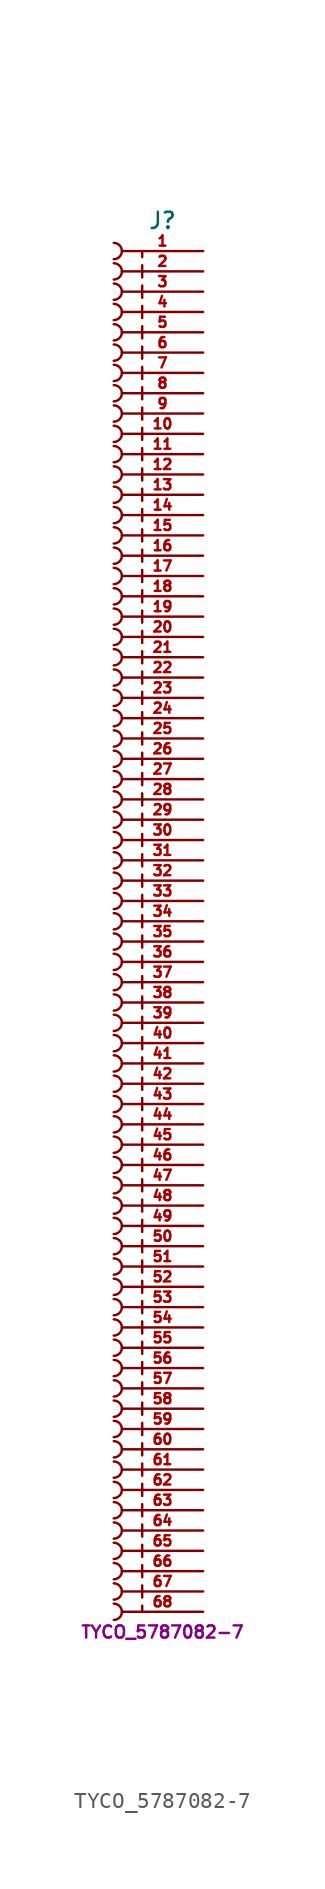
<source format=kicad_sym>
(kicad_symbol_lib
  (version 20211014)
  (generator kicad_symbol_editor)
  (symbol "TYCO_5787082-7"
    (pin_names
      (offset 2.54))
    (property "Reference" "J"
      (at 0 43.815 0)
      (effects (font (size 1.016 1.016))))
    (property "Footprint" ""
      (at 0 22.86 0)
      (effects (font (size 1.524 1.524))))
    (property "Datasheet" ""
      (at 0 22.86 0)
      (effects (font (size 1.524 1.524))))
    (property "Unit" "TYCO_5787082-7"
      (at 0 -44.45 0)
      (effects (font (size 0.762 0.762))))
    (symbol "TYCO_5787082-7_0_1"
      (arc (start -3.048 -43.688) (mid -2.54 -43.18) (end -3.048 -42.672) (stroke (width 0) (type default) (color 0 0 0 0)) (fill (type none)))
      (arc (start -3.048 -42.418) (mid -2.54 -41.91) (end -3.048 -41.402) (stroke (width 0) (type default) (color 0 0 0 0)) (fill (type none)))
      (arc (start -3.048 -41.148) (mid -2.54 -40.64) (end -3.048 -40.132) (stroke (width 0) (type default) (color 0 0 0 0)) (fill (type none)))
      (arc (start -3.048 -39.878) (mid -2.54 -39.37) (end -3.048 -38.862) (stroke (width 0) (type default) (color 0 0 0 0)) (fill (type none)))
      (arc (start -3.048 -38.608) (mid -2.54 -38.1) (end -3.048 -37.592) (stroke (width 0) (type default) (color 0 0 0 0)) (fill (type none)))
      (arc (start -3.048 -37.338) (mid -2.54 -36.83) (end -3.048 -36.322) (stroke (width 0) (type default) (color 0 0 0 0)) (fill (type none)))
      (arc (start -3.048 -36.068) (mid -2.54 -35.56) (end -3.048 -35.052) (stroke (width 0) (type default) (color 0 0 0 0)) (fill (type none)))
      (arc (start -3.048 -34.798) (mid -2.54 -34.29) (end -3.048 -33.782) (stroke (width 0) (type default) (color 0 0 0 0)) (fill (type none)))
      (arc (start -3.048 -33.528) (mid -2.54 -33.02) (end -3.048 -32.512) (stroke (width 0) (type default) (color 0 0 0 0)) (fill (type none)))
      (arc (start -3.048 -32.258) (mid -2.54 -31.75) (end -3.048 -31.242) (stroke (width 0) (type default) (color 0 0 0 0)) (fill (type none)))
      (arc (start -3.048 -30.988) (mid -2.54 -30.48) (end -3.048 -29.972) (stroke (width 0) (type default) (color 0 0 0 0)) (fill (type none)))
      (arc (start -3.048 -29.718) (mid -2.54 -29.21) (end -3.048 -28.702) (stroke (width 0) (type default) (color 0 0 0 0)) (fill (type none)))
      (arc (start -3.048 -28.448) (mid -2.54 -27.94) (end -3.048 -27.432) (stroke (width 0) (type default) (color 0 0 0 0)) (fill (type none)))
      (arc (start -3.048 -27.178) (mid -2.54 -26.67) (end -3.048 -26.162) (stroke (width 0) (type default) (color 0 0 0 0)) (fill (type none)))
      (arc (start -3.048 -25.908) (mid -2.54 -25.4) (end -3.048 -24.892) (stroke (width 0) (type default) (color 0 0 0 0)) (fill (type none)))
      (arc (start -3.048 -24.638) (mid -2.54 -24.13) (end -3.048 -23.622) (stroke (width 0) (type default) (color 0 0 0 0)) (fill (type none)))
      (arc (start -3.048 -23.368) (mid -2.54 -22.86) (end -3.048 -22.352) (stroke (width 0) (type default) (color 0 0 0 0)) (fill (type none)))
      (arc (start -3.048 -22.098) (mid -2.54 -21.59) (end -3.048 -21.082) (stroke (width 0) (type default) (color 0 0 0 0)) (fill (type none)))
      (arc (start -3.048 -20.828) (mid -2.54 -20.32) (end -3.048 -19.812) (stroke (width 0) (type default) (color 0 0 0 0)) (fill (type none)))
      (arc (start -3.048 -19.558) (mid -2.54 -19.05) (end -3.048 -18.542) (stroke (width 0) (type default) (color 0 0 0 0)) (fill (type none)))
      (arc (start -3.048 -18.288) (mid -2.54 -17.78) (end -3.048 -17.272) (stroke (width 0) (type default) (color 0 0 0 0)) (fill (type none)))
      (arc (start -3.048 -17.018) (mid -2.54 -16.51) (end -3.048 -16.002) (stroke (width 0) (type default) (color 0 0 0 0)) (fill (type none)))
      (arc (start -3.048 -15.748) (mid -2.54 -15.24) (end -3.048 -14.732) (stroke (width 0) (type default) (color 0 0 0 0)) (fill (type none)))
      (arc (start -3.048 -14.478) (mid -2.54 -13.97) (end -3.048 -13.462) (stroke (width 0) (type default) (color 0 0 0 0)) (fill (type none)))
      (arc (start -3.048 -13.208) (mid -2.54 -12.7) (end -3.048 -12.192) (stroke (width 0) (type default) (color 0 0 0 0)) (fill (type none)))
      (arc (start -3.048 -11.938) (mid -2.54 -11.43) (end -3.048 -10.922) (stroke (width 0) (type default) (color 0 0 0 0)) (fill (type none)))
      (arc (start -3.048 -10.668) (mid -2.54 -10.16) (end -3.048 -9.652) (stroke (width 0) (type default) (color 0 0 0 0)) (fill (type none)))
      (arc (start -3.048 -9.398) (mid -2.54 -8.89) (end -3.048 -8.382) (stroke (width 0) (type default) (color 0 0 0 0)) (fill (type none)))
      (arc (start -3.048 -8.128) (mid -2.54 -7.62) (end -3.048 -7.112) (stroke (width 0) (type default) (color 0 0 0 0)) (fill (type none)))
      (arc (start -3.048 -6.858) (mid -2.54 -6.35) (end -3.048 -5.842) (stroke (width 0) (type default) (color 0 0 0 0)) (fill (type none)))
      (arc (start -3.048 -5.588) (mid -2.54 -5.08) (end -3.048 -4.572) (stroke (width 0) (type default) (color 0 0 0 0)) (fill (type none)))
      (arc (start -3.048 -4.318) (mid -2.54 -3.81) (end -3.048 -3.302) (stroke (width 0) (type default) (color 0 0 0 0)) (fill (type none)))
      (arc (start -3.048 -3.048) (mid -2.54 -2.54) (end -3.048 -2.032) (stroke (width 0) (type default) (color 0 0 0 0)) (fill (type none)))
      (arc (start -3.048 -1.778) (mid -2.54 -1.27) (end -3.048 -0.762) (stroke (width 0) (type default) (color 0 0 0 0)) (fill (type none)))
      (arc (start -3.048 -0.508) (mid -2.54 0) (end -3.048 0.508) (stroke (width 0) (type default) (color 0 0 0 0)) (fill (type none)))
      (arc (start -3.048 0.762) (mid -2.54 1.27) (end -3.048 1.778) (stroke (width 0) (type default) (color 0 0 0 0)) (fill (type none)))
      (arc (start -3.048 2.032) (mid -2.54 2.54) (end -3.048 3.048) (stroke (width 0) (type default) (color 0 0 0 0)) (fill (type none)))
      (arc (start -3.048 3.302) (mid -2.54 3.81) (end -3.048 4.318) (stroke (width 0) (type default) (color 0 0 0 0)) (fill (type none)))
      (arc (start -3.048 4.572) (mid -2.54 5.08) (end -3.048 5.588) (stroke (width 0) (type default) (color 0 0 0 0)) (fill (type none)))
      (arc (start -3.048 5.842) (mid -2.54 6.35) (end -3.048 6.858) (stroke (width 0) (type default) (color 0 0 0 0)) (fill (type none)))
      (arc (start -3.048 7.112) (mid -2.54 7.62) (end -3.048 8.128) (stroke (width 0) (type default) (color 0 0 0 0)) (fill (type none)))
      (arc (start -3.048 8.382) (mid -2.54 8.89) (end -3.048 9.398) (stroke (width 0) (type default) (color 0 0 0 0)) (fill (type none)))
      (arc (start -3.048 9.652) (mid -2.54 10.16) (end -3.048 10.668) (stroke (width 0) (type default) (color 0 0 0 0)) (fill (type none)))
      (arc (start -3.048 10.922) (mid -2.54 11.43) (end -3.048 11.938) (stroke (width 0) (type default) (color 0 0 0 0)) (fill (type none)))
      (arc (start -3.048 12.192) (mid -2.54 12.7) (end -3.048 13.208) (stroke (width 0) (type default) (color 0 0 0 0)) (fill (type none)))
      (arc (start -3.048 13.462) (mid -2.54 13.97) (end -3.048 14.478) (stroke (width 0) (type default) (color 0 0 0 0)) (fill (type none)))
      (arc (start -3.048 14.732) (mid -2.54 15.24) (end -3.048 15.748) (stroke (width 0) (type default) (color 0 0 0 0)) (fill (type none)))
      (arc (start -3.048 16.002) (mid -2.54 16.51) (end -3.048 17.018) (stroke (width 0) (type default) (color 0 0 0 0)) (fill (type none)))
      (arc (start -3.048 17.272) (mid -2.54 17.78) (end -3.048 18.288) (stroke (width 0) (type default) (color 0 0 0 0)) (fill (type none)))
      (arc (start -3.048 18.542) (mid -2.54 19.05) (end -3.048 19.558) (stroke (width 0) (type default) (color 0 0 0 0)) (fill (type none)))
      (arc (start -3.048 19.812) (mid -2.54 20.32) (end -3.048 20.828) (stroke (width 0) (type default) (color 0 0 0 0)) (fill (type none)))
      (arc (start -3.048 21.082) (mid -2.54 21.59) (end -3.048 22.098) (stroke (width 0) (type default) (color 0 0 0 0)) (fill (type none)))
      (arc (start -3.048 22.352) (mid -2.54 22.86) (end -3.048 23.368) (stroke (width 0) (type default) (color 0 0 0 0)) (fill (type none)))
      (arc (start -3.048 23.622) (mid -2.54 24.13) (end -3.048 24.638) (stroke (width 0) (type default) (color 0 0 0 0)) (fill (type none)))
      (arc (start -3.048 24.892) (mid -2.54 25.4) (end -3.048 25.908) (stroke (width 0) (type default) (color 0 0 0 0)) (fill (type none)))
      (arc (start -3.048 26.162) (mid -2.54 26.67) (end -3.048 27.178) (stroke (width 0) (type default) (color 0 0 0 0)) (fill (type none)))
      (arc (start -3.048 27.432) (mid -2.54 27.94) (end -3.048 28.448) (stroke (width 0) (type default) (color 0 0 0 0)) (fill (type none)))
      (arc (start -3.048 28.702) (mid -2.54 29.21) (end -3.048 29.718) (stroke (width 0) (type default) (color 0 0 0 0)) (fill (type none)))
      (arc (start -3.048 29.972) (mid -2.54 30.48) (end -3.048 30.988) (stroke (width 0) (type default) (color 0 0 0 0)) (fill (type none)))
      (arc (start -3.048 31.242) (mid -2.54 31.75) (end -3.048 32.258) (stroke (width 0) (type default) (color 0 0 0 0)) (fill (type none)))
      (arc (start -3.048 32.512) (mid -2.54 33.02) (end -3.048 33.528) (stroke (width 0) (type default) (color 0 0 0 0)) (fill (type none)))
      (arc (start -3.048 33.782) (mid -2.54 34.29) (end -3.048 34.798) (stroke (width 0) (type default) (color 0 0 0 0)) (fill (type none)))
      (arc (start -3.048 35.052) (mid -2.54 35.56) (end -3.048 36.068) (stroke (width 0) (type default) (color 0 0 0 0)) (fill (type none)))
      (arc (start -3.048 36.322) (mid -2.54 36.83) (end -3.048 37.338) (stroke (width 0) (type default) (color 0 0 0 0)) (fill (type none)))
      (arc (start -3.048 37.592) (mid -2.54 38.1) (end -3.048 38.608) (stroke (width 0) (type default) (color 0 0 0 0)) (fill (type none)))
      (arc (start -3.048 38.862) (mid -2.54 39.37) (end -3.048 39.878) (stroke (width 0) (type default) (color 0 0 0 0)) (fill (type none)))
      (arc (start -3.048 40.132) (mid -2.54 40.64) (end -3.048 41.148) (stroke (width 0) (type default) (color 0 0 0 0)) (fill (type none)))
      (arc (start -3.048 41.402) (mid -2.54 41.91) (end -3.048 42.418) (stroke (width 0) (type default) (color 0 0 0 0)) (fill (type none)))
      (polyline (pts (xy -1.27 -43.18) (xy -1.27 -42.799)) (stroke (width 0) (type default) (color 0 0 0 0)) (fill (type none)))
      (polyline (pts (xy -1.27 -42.291) (xy -1.27 -41.529)) (stroke (width 0) (type default) (color 0 0 0 0)) (fill (type none)))
      (polyline (pts (xy -1.27 -41.021) (xy -1.27 -40.259)) (stroke (width 0) (type default) (color 0 0 0 0)) (fill (type none)))
      (polyline (pts (xy -1.27 -39.751) (xy -1.27 -38.989)) (stroke (width 0) (type default) (color 0 0 0 0)) (fill (type none)))
      (polyline (pts (xy -1.27 -38.481) (xy -1.27 -37.719)) (stroke (width 0) (type default) (color 0 0 0 0)) (fill (type none)))
      (polyline (pts (xy -1.27 -37.211) (xy -1.27 -36.449)) (stroke (width 0) (type default) (color 0 0 0 0)) (fill (type none)))
      (polyline (pts (xy -1.27 -35.941) (xy -1.27 -35.179)) (stroke (width 0) (type default) (color 0 0 0 0)) (fill (type none)))
      (polyline (pts (xy -1.27 -34.671) (xy -1.27 -33.909)) (stroke (width 0) (type default) (color 0 0 0 0)) (fill (type none)))
      (polyline (pts (xy -1.27 -33.401) (xy -1.27 -32.639)) (stroke (width 0) (type default) (color 0 0 0 0)) (fill (type none)))
      (polyline (pts (xy -1.27 -32.131) (xy -1.27 -31.369)) (stroke (width 0) (type default) (color 0 0 0 0)) (fill (type none)))
      (polyline (pts (xy -1.27 -30.861) (xy -1.27 -30.099)) (stroke (width 0) (type default) (color 0 0 0 0)) (fill (type none)))
      (polyline (pts (xy -1.27 -29.591) (xy -1.27 -28.829)) (stroke (width 0) (type default) (color 0 0 0 0)) (fill (type none)))
      (polyline (pts (xy -1.27 -28.321) (xy -1.27 -27.559)) (stroke (width 0) (type default) (color 0 0 0 0)) (fill (type none)))
      (polyline (pts (xy -1.27 -27.051) (xy -1.27 -26.289)) (stroke (width 0) (type default) (color 0 0 0 0)) (fill (type none)))
      (polyline (pts (xy -1.27 -25.781) (xy -1.27 -25.019)) (stroke (width 0) (type default) (color 0 0 0 0)) (fill (type none)))
      (polyline (pts (xy -1.27 -24.511) (xy -1.27 -23.749)) (stroke (width 0) (type default) (color 0 0 0 0)) (fill (type none)))
      (polyline (pts (xy -1.27 -23.241) (xy -1.27 -22.479)) (stroke (width 0) (type default) (color 0 0 0 0)) (fill (type none)))
      (polyline (pts (xy -1.27 -21.971) (xy -1.27 -21.209)) (stroke (width 0) (type default) (color 0 0 0 0)) (fill (type none)))
      (polyline (pts (xy -1.27 -20.701) (xy -1.27 -19.939)) (stroke (width 0) (type default) (color 0 0 0 0)) (fill (type none)))
      (polyline (pts (xy -1.27 -19.431) (xy -1.27 -18.669)) (stroke (width 0) (type default) (color 0 0 0 0)) (fill (type none)))
      (polyline (pts (xy -1.27 -18.161) (xy -1.27 -17.399)) (stroke (width 0) (type default) (color 0 0 0 0)) (fill (type none)))
      (polyline (pts (xy -1.27 -16.891) (xy -1.27 -16.129)) (stroke (width 0) (type default) (color 0 0 0 0)) (fill (type none)))
      (polyline (pts (xy -1.27 -15.621) (xy -1.27 -14.859)) (stroke (width 0) (type default) (color 0 0 0 0)) (fill (type none)))
      (polyline (pts (xy -1.27 -14.351) (xy -1.27 -13.589)) (stroke (width 0) (type default) (color 0 0 0 0)) (fill (type none)))
      (polyline (pts (xy -1.27 -13.081) (xy -1.27 -12.319)) (stroke (width 0) (type default) (color 0 0 0 0)) (fill (type none)))
      (polyline (pts (xy -1.27 -11.811) (xy -1.27 -11.049)) (stroke (width 0) (type default) (color 0 0 0 0)) (fill (type none)))
      (polyline (pts (xy -1.27 -10.541) (xy -1.27 -9.779)) (stroke (width 0) (type default) (color 0 0 0 0)) (fill (type none)))
      (polyline (pts (xy -1.27 -9.271) (xy -1.27 -8.509)) (stroke (width 0) (type default) (color 0 0 0 0)) (fill (type none)))
      (polyline (pts (xy -1.27 -8.001) (xy -1.27 -7.239)) (stroke (width 0) (type default) (color 0 0 0 0)) (fill (type none)))
      (polyline (pts (xy -1.27 -6.731) (xy -1.27 -5.969)) (stroke (width 0) (type default) (color 0 0 0 0)) (fill (type none)))
      (polyline (pts (xy -1.27 -5.461) (xy -1.27 -4.699)) (stroke (width 0) (type default) (color 0 0 0 0)) (fill (type none)))
      (polyline (pts (xy -1.27 -4.191) (xy -1.27 -3.429)) (stroke (width 0) (type default) (color 0 0 0 0)) (fill (type none)))
      (polyline (pts (xy -1.27 -2.921) (xy -1.27 -2.159)) (stroke (width 0) (type default) (color 0 0 0 0)) (fill (type none)))
      (polyline (pts (xy -1.27 -1.651) (xy -1.27 -0.889)) (stroke (width 0) (type default) (color 0 0 0 0)) (fill (type none)))
      (polyline (pts (xy -1.27 -0.381) (xy -1.27 0.381)) (stroke (width 0) (type default) (color 0 0 0 0)) (fill (type none)))
      (polyline (pts (xy -1.27 0.889) (xy -1.27 1.651)) (stroke (width 0) (type default) (color 0 0 0 0)) (fill (type none)))
      (polyline (pts (xy -1.27 2.159) (xy -1.27 2.921)) (stroke (width 0) (type default) (color 0 0 0 0)) (fill (type none)))
      (polyline (pts (xy -1.27 3.429) (xy -1.27 4.191)) (stroke (width 0) (type default) (color 0 0 0 0)) (fill (type none)))
      (polyline (pts (xy -1.27 4.699) (xy -1.27 5.461)) (stroke (width 0) (type default) (color 0 0 0 0)) (fill (type none)))
      (polyline (pts (xy -1.27 5.969) (xy -1.27 6.731)) (stroke (width 0) (type default) (color 0 0 0 0)) (fill (type none)))
      (polyline (pts (xy -1.27 7.239) (xy -1.27 8.001)) (stroke (width 0) (type default) (color 0 0 0 0)) (fill (type none)))
      (polyline (pts (xy -1.27 8.509) (xy -1.27 9.271)) (stroke (width 0) (type default) (color 0 0 0 0)) (fill (type none)))
      (polyline (pts (xy -1.27 9.779) (xy -1.27 10.541)) (stroke (width 0) (type default) (color 0 0 0 0)) (fill (type none)))
      (polyline (pts (xy -1.27 11.049) (xy -1.27 11.811)) (stroke (width 0) (type default) (color 0 0 0 0)) (fill (type none)))
      (polyline (pts (xy -1.27 12.319) (xy -1.27 13.081)) (stroke (width 0) (type default) (color 0 0 0 0)) (fill (type none)))
      (polyline (pts (xy -1.27 13.589) (xy -1.27 14.351)) (stroke (width 0) (type default) (color 0 0 0 0)) (fill (type none)))
      (polyline (pts (xy -1.27 14.859) (xy -1.27 15.621)) (stroke (width 0) (type default) (color 0 0 0 0)) (fill (type none)))
      (polyline (pts (xy -1.27 16.129) (xy -1.27 16.891)) (stroke (width 0) (type default) (color 0 0 0 0)) (fill (type none)))
      (polyline (pts (xy -1.27 17.399) (xy -1.27 18.161)) (stroke (width 0) (type default) (color 0 0 0 0)) (fill (type none)))
      (polyline (pts (xy -1.27 18.669) (xy -1.27 19.431)) (stroke (width 0) (type default) (color 0 0 0 0)) (fill (type none)))
      (polyline (pts (xy -1.27 19.939) (xy -1.27 20.701)) (stroke (width 0) (type default) (color 0 0 0 0)) (fill (type none)))
      (polyline (pts (xy -1.27 21.209) (xy -1.27 21.971)) (stroke (width 0) (type default) (color 0 0 0 0)) (fill (type none)))
      (polyline (pts (xy -1.27 22.479) (xy -1.27 23.241)) (stroke (width 0) (type default) (color 0 0 0 0)) (fill (type none)))
      (polyline (pts (xy -1.27 23.749) (xy -1.27 24.511)) (stroke (width 0) (type default) (color 0 0 0 0)) (fill (type none)))
      (polyline (pts (xy -1.27 25.019) (xy -1.27 25.781)) (stroke (width 0) (type default) (color 0 0 0 0)) (fill (type none)))
      (polyline (pts (xy -1.27 26.289) (xy -1.27 27.051)) (stroke (width 0) (type default) (color 0 0 0 0)) (fill (type none)))
      (polyline (pts (xy -1.27 27.559) (xy -1.27 28.321)) (stroke (width 0) (type default) (color 0 0 0 0)) (fill (type none)))
      (polyline (pts (xy -1.27 28.829) (xy -1.27 29.591)) (stroke (width 0) (type default) (color 0 0 0 0)) (fill (type none)))
      (polyline (pts (xy -1.27 30.099) (xy -1.27 30.861)) (stroke (width 0) (type default) (color 0 0 0 0)) (fill (type none)))
      (polyline (pts (xy -1.27 31.369) (xy -1.27 32.131)) (stroke (width 0) (type default) (color 0 0 0 0)) (fill (type none)))
      (polyline (pts (xy -1.27 32.639) (xy -1.27 33.401)) (stroke (width 0) (type default) (color 0 0 0 0)) (fill (type none)))
      (polyline (pts (xy -1.27 33.909) (xy -1.27 34.671)) (stroke (width 0) (type default) (color 0 0 0 0)) (fill (type none)))
      (polyline (pts (xy -1.27 35.179) (xy -1.27 35.941)) (stroke (width 0) (type default) (color 0 0 0 0)) (fill (type none)))
      (polyline (pts (xy -1.27 36.449) (xy -1.27 37.211)) (stroke (width 0) (type default) (color 0 0 0 0)) (fill (type none)))
      (polyline (pts (xy -1.27 37.719) (xy -1.27 38.481)) (stroke (width 0) (type default) (color 0 0 0 0)) (fill (type none)))
      (polyline (pts (xy -1.27 38.989) (xy -1.27 39.751)) (stroke (width 0) (type default) (color 0 0 0 0)) (fill (type none)))
      (polyline (pts (xy -1.27 40.259) (xy -1.27 41.021)) (stroke (width 0) (type default) (color 0 0 0 0)) (fill (type none)))
      (polyline (pts (xy -1.27 41.91) (xy -1.27 41.529)) (stroke (width 0) (type default) (color 0 0 0 0)) (fill (type none))))
    (symbol "TYCO_5787082-7_1_1"
      (pin passive line (at 2.54 41.91 180) (length 5.08) (name "~" (effects (font (size 0.635 0.635)))) (number "1" (effects (font (size 0.635 0.635)))))
      (pin passive line (at 2.54 30.48 180) (length 5.08) (name "~" (effects (font (size 0.635 0.635)))) (number "10" (effects (font (size 0.635 0.635)))))
      (pin passive line (at 2.54 29.21 180) (length 5.08) (name "~" (effects (font (size 0.635 0.635)))) (number "11" (effects (font (size 0.635 0.635)))))
      (pin passive line (at 2.54 27.94 180) (length 5.08) (name "~" (effects (font (size 0.635 0.635)))) (number "12" (effects (font (size 0.635 0.635)))))
      (pin passive line (at 2.54 26.67 180) (length 5.08) (name "~" (effects (font (size 0.635 0.635)))) (number "13" (effects (font (size 0.635 0.635)))))
      (pin passive line (at 2.54 25.4 180) (length 5.08) (name "~" (effects (font (size 0.635 0.635)))) (number "14" (effects (font (size 0.635 0.635)))))
      (pin passive line (at 2.54 24.13 180) (length 5.08) (name "~" (effects (font (size 0.635 0.635)))) (number "15" (effects (font (size 0.635 0.635)))))
      (pin passive line (at 2.54 22.86 180) (length 5.08) (name "~" (effects (font (size 0.635 0.635)))) (number "16" (effects (font (size 0.635 0.635)))))
      (pin passive line (at 2.54 21.59 180) (length 5.08) (name "~" (effects (font (size 0.635 0.635)))) (number "17" (effects (font (size 0.635 0.635)))))
      (pin passive line (at 2.54 20.32 180) (length 5.08) (name "~" (effects (font (size 0.635 0.635)))) (number "18" (effects (font (size 0.635 0.635)))))
      (pin passive line (at 2.54 19.05 180) (length 5.08) (name "~" (effects (font (size 0.635 0.635)))) (number "19" (effects (font (size 0.635 0.635)))))
      (pin passive line (at 2.54 40.64 180) (length 5.08) (name "~" (effects (font (size 0.635 0.635)))) (number "2" (effects (font (size 0.635 0.635)))))
      (pin passive line (at 2.54 17.78 180) (length 5.08) (name "~" (effects (font (size 0.635 0.635)))) (number "20" (effects (font (size 0.635 0.635)))))
      (pin passive line (at 2.54 16.51 180) (length 5.08) (name "~" (effects (font (size 0.635 0.635)))) (number "21" (effects (font (size 0.635 0.635)))))
      (pin passive line (at 2.54 15.24 180) (length 5.08) (name "~" (effects (font (size 0.635 0.635)))) (number "22" (effects (font (size 0.635 0.635)))))
      (pin passive line (at 2.54 13.97 180) (length 5.08) (name "~" (effects (font (size 0.635 0.635)))) (number "23" (effects (font (size 0.635 0.635)))))
      (pin passive line (at 2.54 12.7 180) (length 5.08) (name "~" (effects (font (size 0.635 0.635)))) (number "24" (effects (font (size 0.635 0.635)))))
      (pin passive line (at 2.54 11.43 180) (length 5.08) (name "~" (effects (font (size 0.635 0.635)))) (number "25" (effects (font (size 0.635 0.635)))))
      (pin passive line (at 2.54 10.16 180) (length 5.08) (name "~" (effects (font (size 0.635 0.635)))) (number "26" (effects (font (size 0.635 0.635)))))
      (pin passive line (at 2.54 8.89 180) (length 5.08) (name "~" (effects (font (size 0.635 0.635)))) (number "27" (effects (font (size 0.635 0.635)))))
      (pin passive line (at 2.54 7.62 180) (length 5.08) (name "~" (effects (font (size 0.635 0.635)))) (number "28" (effects (font (size 0.635 0.635)))))
      (pin passive line (at 2.54 6.35 180) (length 5.08) (name "~" (effects (font (size 0.635 0.635)))) (number "29" (effects (font (size 0.635 0.635)))))
      (pin passive line (at 2.54 39.37 180) (length 5.08) (name "~" (effects (font (size 0.635 0.635)))) (number "3" (effects (font (size 0.635 0.635)))))
      (pin passive line (at 2.54 5.08 180) (length 5.08) (name "~" (effects (font (size 0.635 0.635)))) (number "30" (effects (font (size 0.635 0.635)))))
      (pin passive line (at 2.54 3.81 180) (length 5.08) (name "~" (effects (font (size 0.635 0.635)))) (number "31" (effects (font (size 0.635 0.635)))))
      (pin passive line (at 2.54 2.54 180) (length 5.08) (name "~" (effects (font (size 0.635 0.635)))) (number "32" (effects (font (size 0.635 0.635)))))
      (pin passive line (at 2.54 1.27 180) (length 5.08) (name "~" (effects (font (size 0.635 0.635)))) (number "33" (effects (font (size 0.635 0.635)))))
      (pin passive line (at 2.54 0 180) (length 5.08) (name "~" (effects (font (size 0.635 0.635)))) (number "34" (effects (font (size 0.635 0.635)))))
      (pin passive line (at 2.54 -1.27 180) (length 5.08) (name "~" (effects (font (size 0.635 0.635)))) (number "35" (effects (font (size 0.635 0.635)))))
      (pin passive line (at 2.54 -2.54 180) (length 5.08) (name "~" (effects (font (size 0.635 0.635)))) (number "36" (effects (font (size 0.635 0.635)))))
      (pin passive line (at 2.54 -3.81 180) (length 5.08) (name "~" (effects (font (size 0.635 0.635)))) (number "37" (effects (font (size 0.635 0.635)))))
      (pin passive line (at 2.54 -5.08 180) (length 5.08) (name "~" (effects (font (size 0.635 0.635)))) (number "38" (effects (font (size 0.635 0.635)))))
      (pin passive line (at 2.54 -6.35 180) (length 5.08) (name "~" (effects (font (size 0.635 0.635)))) (number "39" (effects (font (size 0.635 0.635)))))
      (pin passive line (at 2.54 38.1 180) (length 5.08) (name "~" (effects (font (size 0.635 0.635)))) (number "4" (effects (font (size 0.635 0.635)))))
      (pin passive line (at 2.54 -7.62 180) (length 5.08) (name "~" (effects (font (size 0.635 0.635)))) (number "40" (effects (font (size 0.635 0.635)))))
      (pin passive line (at 2.54 -8.89 180) (length 5.08) (name "~" (effects (font (size 0.635 0.635)))) (number "41" (effects (font (size 0.635 0.635)))))
      (pin passive line (at 2.54 -10.16 180) (length 5.08) (name "~" (effects (font (size 0.635 0.635)))) (number "42" (effects (font (size 0.635 0.635)))))
      (pin passive line (at 2.54 -11.43 180) (length 5.08) (name "~" (effects (font (size 0.635 0.635)))) (number "43" (effects (font (size 0.635 0.635)))))
      (pin passive line (at 2.54 -12.7 180) (length 5.08) (name "~" (effects (font (size 0.635 0.635)))) (number "44" (effects (font (size 0.635 0.635)))))
      (pin passive line (at 2.54 -13.97 180) (length 5.08) (name "~" (effects (font (size 0.635 0.635)))) (number "45" (effects (font (size 0.635 0.635)))))
      (pin passive line (at 2.54 -15.24 180) (length 5.08) (name "~" (effects (font (size 0.635 0.635)))) (number "46" (effects (font (size 0.635 0.635)))))
      (pin passive line (at 2.54 -16.51 180) (length 5.08) (name "~" (effects (font (size 0.635 0.635)))) (number "47" (effects (font (size 0.635 0.635)))))
      (pin passive line (at 2.54 -17.78 180) (length 5.08) (name "~" (effects (font (size 0.635 0.635)))) (number "48" (effects (font (size 0.635 0.635)))))
      (pin passive line (at 2.54 -19.05 180) (length 5.08) (name "~" (effects (font (size 0.635 0.635)))) (number "49" (effects (font (size 0.635 0.635)))))
      (pin passive line (at 2.54 36.83 180) (length 5.08) (name "~" (effects (font (size 0.635 0.635)))) (number "5" (effects (font (size 0.635 0.635)))))
      (pin passive line (at 2.54 -20.32 180) (length 5.08) (name "~" (effects (font (size 0.635 0.635)))) (number "50" (effects (font (size 0.635 0.635)))))
      (pin passive line (at 2.54 -21.59 180) (length 5.08) (name "~" (effects (font (size 0.635 0.635)))) (number "51" (effects (font (size 0.635 0.635)))))
      (pin passive line (at 2.54 -22.86 180) (length 5.08) (name "~" (effects (font (size 0.635 0.635)))) (number "52" (effects (font (size 0.635 0.635)))))
      (pin passive line (at 2.54 -24.13 180) (length 5.08) (name "~" (effects (font (size 0.635 0.635)))) (number "53" (effects (font (size 0.635 0.635)))))
      (pin passive line (at 2.54 -25.4 180) (length 5.08) (name "~" (effects (font (size 0.635 0.635)))) (number "54" (effects (font (size 0.635 0.635)))))
      (pin passive line (at 2.54 -26.67 180) (length 5.08) (name "~" (effects (font (size 0.635 0.635)))) (number "55" (effects (font (size 0.635 0.635)))))
      (pin passive line (at 2.54 -27.94 180) (length 5.08) (name "~" (effects (font (size 0.635 0.635)))) (number "56" (effects (font (size 0.635 0.635)))))
      (pin passive line (at 2.54 -29.21 180) (length 5.08) (name "~" (effects (font (size 0.635 0.635)))) (number "57" (effects (font (size 0.635 0.635)))))
      (pin passive line (at 2.54 -30.48 180) (length 5.08) (name "~" (effects (font (size 0.635 0.635)))) (number "58" (effects (font (size 0.635 0.635)))))
      (pin passive line (at 2.54 -31.75 180) (length 5.08) (name "~" (effects (font (size 0.635 0.635)))) (number "59" (effects (font (size 0.635 0.635)))))
      (pin passive line (at 2.54 35.56 180) (length 5.08) (name "~" (effects (font (size 0.635 0.635)))) (number "6" (effects (font (size 0.635 0.635)))))
      (pin passive line (at 2.54 -33.02 180) (length 5.08) (name "~" (effects (font (size 0.635 0.635)))) (number "60" (effects (font (size 0.635 0.635)))))
      (pin passive line (at 2.54 -34.29 180) (length 5.08) (name "~" (effects (font (size 0.635 0.635)))) (number "61" (effects (font (size 0.635 0.635)))))
      (pin passive line (at 2.54 -35.56 180) (length 5.08) (name "~" (effects (font (size 0.635 0.635)))) (number "62" (effects (font (size 0.635 0.635)))))
      (pin passive line (at 2.54 -36.83 180) (length 5.08) (name "~" (effects (font (size 0.635 0.635)))) (number "63" (effects (font (size 0.635 0.635)))))
      (pin passive line (at 2.54 -38.1 180) (length 5.08) (name "~" (effects (font (size 0.635 0.635)))) (number "64" (effects (font (size 0.635 0.635)))))
      (pin passive line (at 2.54 -39.37 180) (length 5.08) (name "~" (effects (font (size 0.635 0.635)))) (number "65" (effects (font (size 0.635 0.635)))))
      (pin passive line (at 2.54 -40.64 180) (length 5.08) (name "~" (effects (font (size 0.635 0.635)))) (number "66" (effects (font (size 0.635 0.635)))))
      (pin passive line (at 2.54 -41.91 180) (length 5.08) (name "~" (effects (font (size 0.635 0.635)))) (number "67" (effects (font (size 0.635 0.635)))))
      (pin passive line (at 2.54 -43.18 180) (length 5.08) (name "~" (effects (font (size 0.635 0.635)))) (number "68" (effects (font (size 0.635 0.635)))))
      (pin passive line (at 2.54 34.29 180) (length 5.08) (name "~" (effects (font (size 0.635 0.635)))) (number "7" (effects (font (size 0.635 0.635)))))
      (pin passive line (at 2.54 33.02 180) (length 5.08) (name "~" (effects (font (size 0.635 0.635)))) (number "8" (effects (font (size 0.635 0.635)))))
      (pin passive line (at 2.54 31.75 180) (length 5.08) (name "~" (effects (font (size 0.635 0.635)))) (number "9" (effects (font (size 0.635 0.635))))))))
</source>
